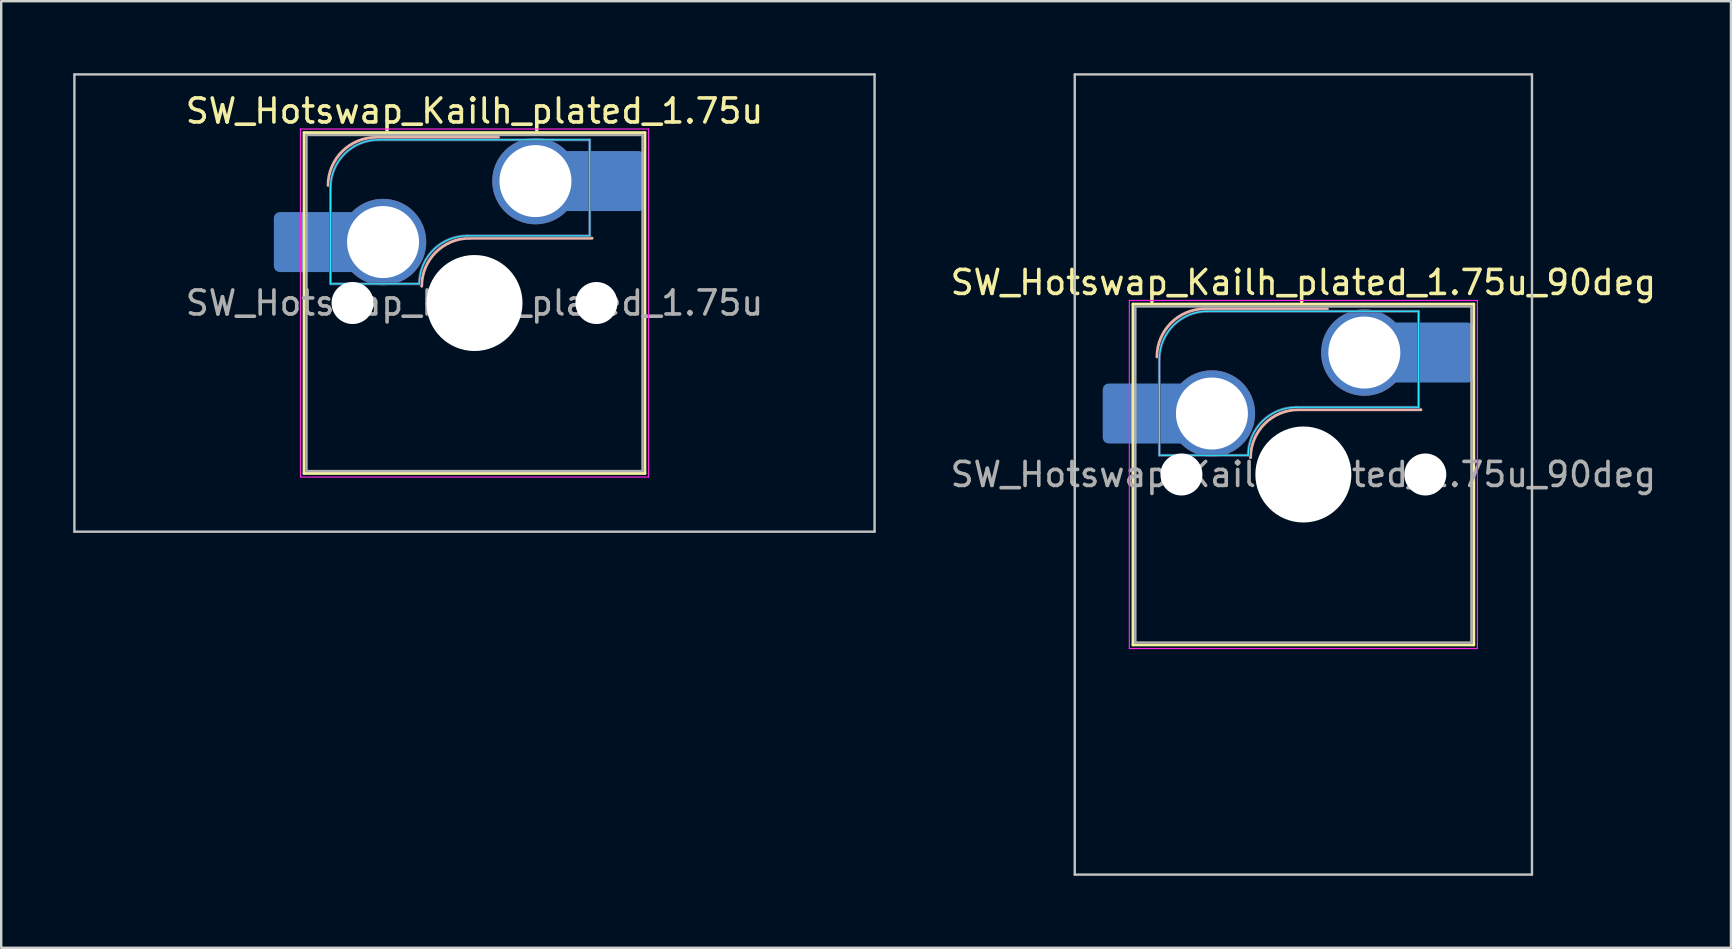
<source format=kicad_pcb>
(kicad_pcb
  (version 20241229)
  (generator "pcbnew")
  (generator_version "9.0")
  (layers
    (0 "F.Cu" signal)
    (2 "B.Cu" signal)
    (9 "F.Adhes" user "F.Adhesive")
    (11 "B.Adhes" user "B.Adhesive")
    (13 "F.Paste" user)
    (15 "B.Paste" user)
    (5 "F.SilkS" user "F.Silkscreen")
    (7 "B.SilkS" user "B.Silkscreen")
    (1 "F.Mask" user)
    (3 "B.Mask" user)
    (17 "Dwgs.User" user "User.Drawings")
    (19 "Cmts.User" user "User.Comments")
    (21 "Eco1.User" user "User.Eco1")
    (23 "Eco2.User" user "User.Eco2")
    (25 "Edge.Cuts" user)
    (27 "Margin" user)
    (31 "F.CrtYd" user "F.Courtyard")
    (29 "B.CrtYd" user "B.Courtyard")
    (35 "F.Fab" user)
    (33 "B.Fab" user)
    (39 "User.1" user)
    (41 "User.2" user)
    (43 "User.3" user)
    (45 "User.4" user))
  (footprint "SW_Hotswap_Kailh_plated_1.75u_90deg"
    (layer "F.Cu")
    (at 51.253 16.719)
    (property "Reference" "SW_Hotswap_Kailh_plated_1.75u_90deg" (at 0 -8 0) (layer "F.SilkS") (effects (font (size 1 1) (thickness 0.15))))
    (attr smd)
    (fp_line (start -7.1 -7.1) (end -7.1 7.1) (stroke (width 0.12) (type solid)) (layer "F.SilkS"))
    (fp_line (start -7.1 7.1) (end 7.1 7.1) (stroke (width 0.12) (type solid)) (layer "F.SilkS"))
    (fp_line (start 7.1 -7.1) (end -7.1 -7.1) (stroke (width 0.12) (type solid)) (layer "F.SilkS"))
    (fp_line (start 7.1 7.1) (end 7.1 -7.1) (stroke (width 0.12) (type solid)) (layer "F.SilkS"))
    (fp_line (start -4.1 -6.9) (end 1 -6.9) (stroke (width 0.12) (type solid)) (layer "B.SilkS"))
    (fp_line (start -0.2 -2.7) (end 4.9 -2.7) (stroke (width 0.12) (type solid)) (layer "B.SilkS"))
    (fp_arc (start -6.1 -4.9) (mid -5.514214 -6.314214) (end -4.1 -6.9) (stroke (width 0.12) (type solid)) (layer "B.SilkS"))
    (fp_arc (start -2.2 -0.7) (mid -1.614214 -2.114214) (end -0.2 -2.7) (stroke (width 0.12) (type solid)) (layer "B.SilkS"))
    (fp_line (start -9.525 -16.669) (end 9.525 -16.669) (stroke (width 0.1) (type solid)) (layer "Dwgs.User"))
    (fp_line (start -9.525 16.669) (end -9.525 -16.669) (stroke (width 0.1) (type solid)) (layer "Dwgs.User"))
    (fp_line (start 9.525 -16.669) (end 9.525 16.669) (stroke (width 0.1) (type solid)) (layer "Dwgs.User"))
    (fp_line (start 9.525 16.669) (end -9.525 16.669) (stroke (width 0.1) (type solid)) (layer "Dwgs.User"))
    (fp_line (start -7.8 -6) (end -7 -6) (stroke (width 0.1) (type solid)) (layer "Eco1.User"))
    (fp_line (start -7.8 -2.9) (end -7.8 -6) (stroke (width 0.1) (type solid)) (layer "Eco1.User"))
    (fp_line (start -7.8 2.9) (end -7 2.9) (stroke (width 0.1) (type solid)) (layer "Eco1.User"))
    (fp_line (start -7.8 6) (end -7.8 2.9) (stroke (width 0.1) (type solid)) (layer "Eco1.User"))
    (fp_line (start -7 -7) (end 7 -7) (stroke (width 0.1) (type solid)) (layer "Eco1.User"))
    (fp_line (start -7 -6) (end -7 -7) (stroke (width 0.1) (type solid)) (layer "Eco1.User"))
    (fp_line (start -7 -2.9) (end -7.8 -2.9) (stroke (width 0.1) (type solid)) (layer "Eco1.User"))
    (fp_line (start -7 2.9) (end -7 -2.9) (stroke (width 0.1) (type solid)) (layer "Eco1.User"))
    (fp_line (start -7 6) (end -7.8 6) (stroke (width 0.1) (type solid)) (layer "Eco1.User"))
    (fp_line (start -7 7) (end -7 6) (stroke (width 0.1) (type solid)) (layer "Eco1.User"))
    (fp_line (start 7 -7) (end 7 -6) (stroke (width 0.1) (type solid)) (layer "Eco1.User"))
    (fp_line (start 7 -6) (end 7.8 -6) (stroke (width 0.1) (type solid)) (layer "Eco1.User"))
    (fp_line (start 7 -2.9) (end 7 2.9) (stroke (width 0.1) (type solid)) (layer "Eco1.User"))
    (fp_line (start 7 2.9) (end 7.8 2.9) (stroke (width 0.1) (type solid)) (layer "Eco1.User"))
    (fp_line (start 7 6) (end 7 7) (stroke (width 0.1) (type solid)) (layer "Eco1.User"))
    (fp_line (start 7 7) (end -7 7) (stroke (width 0.1) (type solid)) (layer "Eco1.User"))
    (fp_line (start 7.8 -6) (end 7.8 -2.9) (stroke (width 0.1) (type solid)) (layer "Eco1.User"))
    (fp_line (start 7.8 -2.9) (end 7 -2.9) (stroke (width 0.1) (type solid)) (layer "Eco1.User"))
    (fp_line (start 7.8 2.9) (end 7.8 6) (stroke (width 0.1) (type solid)) (layer "Eco1.User"))
    (fp_line (start 7.8 6) (end 7 6) (stroke (width 0.1) (type solid)) (layer "Eco1.User"))
    (fp_line (start -6 -0.8) (end -6 -4.8) (stroke (width 0.05) (type solid)) (layer "B.CrtYd"))
    (fp_line (start -6 -0.8) (end -2.3 -0.8) (stroke (width 0.05) (type solid)) (layer "B.CrtYd"))
    (fp_line (start -4 -6.8) (end 4.8 -6.8) (stroke (width 0.05) (type solid)) (layer "B.CrtYd"))
    (fp_line (start -0.3 -2.8) (end 4.8 -2.8) (stroke (width 0.05) (type solid)) (layer "B.CrtYd"))
    (fp_line (start 4.8 -6.8) (end 4.8 -2.8) (stroke (width 0.05) (type solid)) (layer "B.CrtYd"))
    (fp_arc (start -6 -4.8) (mid -5.414214 -6.214214) (end -4 -6.8) (stroke (width 0.05) (type solid)) (layer "B.CrtYd"))
    (fp_arc (start -2.3 -0.8) (mid -1.714214 -2.214214) (end -0.3 -2.8) (stroke (width 0.05) (type solid)) (layer "B.CrtYd"))
    (fp_line (start -7.25 -7.25) (end -7.25 7.25) (stroke (width 0.05) (type solid)) (layer "F.CrtYd"))
    (fp_line (start -7.25 7.25) (end 7.25 7.25) (stroke (width 0.05) (type solid)) (layer "F.CrtYd"))
    (fp_line (start 7.25 -7.25) (end -7.25 -7.25) (stroke (width 0.05) (type solid)) (layer "F.CrtYd"))
    (fp_line (start 7.25 7.25) (end 7.25 -7.25) (stroke (width 0.05) (type solid)) (layer "F.CrtYd"))
    (fp_line (start -6 -0.8) (end -6 -4.8) (stroke (width 0.12) (type solid)) (layer "B.Fab"))
    (fp_line (start -6 -0.8) (end -2.3 -0.8) (stroke (width 0.12) (type solid)) (layer "B.Fab"))
    (fp_line (start -4 -6.8) (end 4.8 -6.8) (stroke (width 0.12) (type solid)) (layer "B.Fab"))
    (fp_line (start -0.3 -2.8) (end 4.8 -2.8) (stroke (width 0.12) (type solid)) (layer "B.Fab"))
    (fp_line (start 4.8 -6.8) (end 4.8 -2.8) (stroke (width 0.12) (type solid)) (layer "B.Fab"))
    (fp_arc (start -6 -4.8) (mid -5.414214 -6.214214) (end -4 -6.8) (stroke (width 0.12) (type solid)) (layer "B.Fab"))
    (fp_arc (start -2.3 -0.8) (mid -1.714214 -2.214214) (end -0.3 -2.8) (stroke (width 0.12) (type solid)) (layer "B.Fab"))
    (fp_line (start -7 -7) (end -7 7) (stroke (width 0.1) (type solid)) (layer "F.Fab"))
    (fp_line (start -7 7) (end 7 7) (stroke (width 0.1) (type solid)) (layer "F.Fab"))
    (fp_line (start 7 -7) (end -7 -7) (stroke (width 0.1) (type solid)) (layer "F.Fab"))
    (fp_line (start 7 7) (end 7 -7) (stroke (width 0.1) (type solid)) (layer "F.Fab"))
    (fp_text user "${REFERENCE}" (at 0 0 0) (layer "F.Fab") (effects (font (size 1 1) (thickness 0.15))))
    (pad "" smd roundrect (at -7.085 -2.54) (size 2.55 2.5) (layers "B.Mask" "B.Paste") (roundrect_rratio 0.1))
    (pad "" np_thru_hole circle (at -5.08 0) (size 1.75 1.75) (drill 1.75) (layers "*.Cu" "*.Mask"))
    (pad "" np_thru_hole circle (at 0 0) (size 4 4) (drill 4) (layers "*.Cu" "*.Mask"))
    (pad "" np_thru_hole circle (at 5.08 0) (size 1.75 1.75) (drill 1.75) (layers "*.Cu" "*.Mask"))
    (pad "" smd roundrect (at 5.842 -5.08) (size 2.55 2.5) (layers "B.Mask" "B.Paste") (roundrect_rratio 0.1))
    (pad "1" smd roundrect (at -6.585 -2.54) (size 3.55 2.5) (layers "B.Cu") (roundrect_rratio 0.1))
    (pad "1" thru_hole circle (at -3.81 -2.54) (size 3.6 3.6) (drill 3) (layers "*.Cu" "B.Mask"))
    (pad "2" thru_hole circle (at 2.54 -5.08) (size 3.6 3.6) (drill 3) (layers "*.Cu" "B.Mask"))
    (pad "2" smd roundrect (at 5.32 -5.08) (size 3.55 2.5) (layers "B.Cu") (roundrect_rratio 0.1)))
  (footprint "SW_Hotswap_Kailh_plated_1.75u"
    (layer "F.Cu")
    (at 16.719 9.575)
    (property "Reference" "SW_Hotswap_Kailh_plated_1.75u" (at 0 -8 0) (layer "F.SilkS") (effects (font (size 1 1) (thickness 0.15))))
    (attr smd)
    (fp_line (start -7.1 -7.1) (end -7.1 7.1) (stroke (width 0.12) (type solid)) (layer "F.SilkS"))
    (fp_line (start -7.1 7.1) (end 7.1 7.1) (stroke (width 0.12) (type solid)) (layer "F.SilkS"))
    (fp_line (start 7.1 -7.1) (end -7.1 -7.1) (stroke (width 0.12) (type solid)) (layer "F.SilkS"))
    (fp_line (start 7.1 7.1) (end 7.1 -7.1) (stroke (width 0.12) (type solid)) (layer "F.SilkS"))
    (fp_line (start -4.1 -6.9) (end 1 -6.9) (stroke (width 0.12) (type solid)) (layer "B.SilkS"))
    (fp_line (start -0.2 -2.7) (end 4.9 -2.7) (stroke (width 0.12) (type solid)) (layer "B.SilkS"))
    (fp_arc (start -6.1 -4.9) (mid -5.514214 -6.314214) (end -4.1 -6.9) (stroke (width 0.12) (type solid)) (layer "B.SilkS"))
    (fp_arc (start -2.2 -0.7) (mid -1.614214 -2.114214) (end -0.2 -2.7) (stroke (width 0.12) (type solid)) (layer "B.SilkS"))
    (fp_line (start -16.669 -9.525) (end -16.669 9.525) (stroke (width 0.1) (type solid)) (layer "Dwgs.User"))
    (fp_line (start -16.669 9.525) (end 16.669 9.525) (stroke (width 0.1) (type solid)) (layer "Dwgs.User"))
    (fp_line (start 16.669 -9.525) (end -16.669 -9.525) (stroke (width 0.1) (type solid)) (layer "Dwgs.User"))
    (fp_line (start 16.669 9.525) (end 16.669 -9.525) (stroke (width 0.1) (type solid)) (layer "Dwgs.User"))
    (fp_line (start -7.8 -6) (end -7 -6) (stroke (width 0.1) (type solid)) (layer "Eco1.User"))
    (fp_line (start -7.8 -2.9) (end -7.8 -6) (stroke (width 0.1) (type solid)) (layer "Eco1.User"))
    (fp_line (start -7.8 2.9) (end -7 2.9) (stroke (width 0.1) (type solid)) (layer "Eco1.User"))
    (fp_line (start -7.8 6) (end -7.8 2.9) (stroke (width 0.1) (type solid)) (layer "Eco1.User"))
    (fp_line (start -7 -7) (end 7 -7) (stroke (width 0.1) (type solid)) (layer "Eco1.User"))
    (fp_line (start -7 -6) (end -7 -7) (stroke (width 0.1) (type solid)) (layer "Eco1.User"))
    (fp_line (start -7 -2.9) (end -7.8 -2.9) (stroke (width 0.1) (type solid)) (layer "Eco1.User"))
    (fp_line (start -7 2.9) (end -7 -2.9) (stroke (width 0.1) (type solid)) (layer "Eco1.User"))
    (fp_line (start -7 6) (end -7.8 6) (stroke (width 0.1) (type solid)) (layer "Eco1.User"))
    (fp_line (start -7 7) (end -7 6) (stroke (width 0.1) (type solid)) (layer "Eco1.User"))
    (fp_line (start 7 -7) (end 7 -6) (stroke (width 0.1) (type solid)) (layer "Eco1.User"))
    (fp_line (start 7 -6) (end 7.8 -6) (stroke (width 0.1) (type solid)) (layer "Eco1.User"))
    (fp_line (start 7 -2.9) (end 7 2.9) (stroke (width 0.1) (type solid)) (layer "Eco1.User"))
    (fp_line (start 7 2.9) (end 7.8 2.9) (stroke (width 0.1) (type solid)) (layer "Eco1.User"))
    (fp_line (start 7 6) (end 7 7) (stroke (width 0.1) (type solid)) (layer "Eco1.User"))
    (fp_line (start 7 7) (end -7 7) (stroke (width 0.1) (type solid)) (layer "Eco1.User"))
    (fp_line (start 7.8 -6) (end 7.8 -2.9) (stroke (width 0.1) (type solid)) (layer "Eco1.User"))
    (fp_line (start 7.8 -2.9) (end 7 -2.9) (stroke (width 0.1) (type solid)) (layer "Eco1.User"))
    (fp_line (start 7.8 2.9) (end 7.8 6) (stroke (width 0.1) (type solid)) (layer "Eco1.User"))
    (fp_line (start 7.8 6) (end 7 6) (stroke (width 0.1) (type solid)) (layer "Eco1.User"))
    (fp_line (start -6 -0.8) (end -6 -4.8) (stroke (width 0.05) (type solid)) (layer "B.CrtYd"))
    (fp_line (start -6 -0.8) (end -2.3 -0.8) (stroke (width 0.05) (type solid)) (layer "B.CrtYd"))
    (fp_line (start -4 -6.8) (end 4.8 -6.8) (stroke (width 0.05) (type solid)) (layer "B.CrtYd"))
    (fp_line (start -0.3 -2.8) (end 4.8 -2.8) (stroke (width 0.05) (type solid)) (layer "B.CrtYd"))
    (fp_line (start 4.8 -6.8) (end 4.8 -2.8) (stroke (width 0.05) (type solid)) (layer "B.CrtYd"))
    (fp_arc (start -6 -4.8) (mid -5.414214 -6.214214) (end -4 -6.8) (stroke (width 0.05) (type solid)) (layer "B.CrtYd"))
    (fp_arc (start -2.3 -0.8) (mid -1.714214 -2.214214) (end -0.3 -2.8) (stroke (width 0.05) (type solid)) (layer "B.CrtYd"))
    (fp_line (start -7.25 -7.25) (end -7.25 7.25) (stroke (width 0.05) (type solid)) (layer "F.CrtYd"))
    (fp_line (start -7.25 7.25) (end 7.25 7.25) (stroke (width 0.05) (type solid)) (layer "F.CrtYd"))
    (fp_line (start 7.25 -7.25) (end -7.25 -7.25) (stroke (width 0.05) (type solid)) (layer "F.CrtYd"))
    (fp_line (start 7.25 7.25) (end 7.25 -7.25) (stroke (width 0.05) (type solid)) (layer "F.CrtYd"))
    (fp_line (start -6 -0.8) (end -6 -4.8) (stroke (width 0.12) (type solid)) (layer "B.Fab"))
    (fp_line (start -6 -0.8) (end -2.3 -0.8) (stroke (width 0.12) (type solid)) (layer "B.Fab"))
    (fp_line (start -4 -6.8) (end 4.8 -6.8) (stroke (width 0.12) (type solid)) (layer "B.Fab"))
    (fp_line (start -0.3 -2.8) (end 4.8 -2.8) (stroke (width 0.12) (type solid)) (layer "B.Fab"))
    (fp_line (start 4.8 -6.8) (end 4.8 -2.8) (stroke (width 0.12) (type solid)) (layer "B.Fab"))
    (fp_arc (start -6 -4.8) (mid -5.414214 -6.214214) (end -4 -6.8) (stroke (width 0.12) (type solid)) (layer "B.Fab"))
    (fp_arc (start -2.3 -0.8) (mid -1.714214 -2.214214) (end -0.3 -2.8) (stroke (width 0.12) (type solid)) (layer "B.Fab"))
    (fp_line (start -7 -7) (end -7 7) (stroke (width 0.1) (type solid)) (layer "F.Fab"))
    (fp_line (start -7 7) (end 7 7) (stroke (width 0.1) (type solid)) (layer "F.Fab"))
    (fp_line (start 7 -7) (end -7 -7) (stroke (width 0.1) (type solid)) (layer "F.Fab"))
    (fp_line (start 7 7) (end 7 -7) (stroke (width 0.1) (type solid)) (layer "F.Fab"))
    (fp_text user "${REFERENCE}" (at 0 0 0) (layer "F.Fab") (effects (font (size 1 1) (thickness 0.15))))
    (pad "" smd roundrect (at -7.085 -2.54) (size 2.55 2.5) (layers "B.Mask" "B.Paste") (roundrect_rratio 0.1))
    (pad "" np_thru_hole circle (at -5.08 0) (size 1.75 1.75) (drill 1.75) (layers "*.Cu" "*.Mask"))
    (pad "" np_thru_hole circle (at 0 0) (size 4 4) (drill 4) (layers "*.Cu" "*.Mask"))
    (pad "" np_thru_hole circle (at 5.08 0) (size 1.75 1.75) (drill 1.75) (layers "*.Cu" "*.Mask"))
    (pad "" smd roundrect (at 5.842 -5.08) (size 2.55 2.5) (layers "B.Mask" "B.Paste") (roundrect_rratio 0.1))
    (pad "1" smd roundrect (at -6.585 -2.54) (size 3.55 2.5) (layers "B.Cu") (roundrect_rratio 0.1))
    (pad "1" thru_hole circle (at -3.81 -2.54) (size 3.6 3.6) (drill 3) (layers "*.Cu" "B.Mask"))
    (pad "2" thru_hole circle (at 2.54 -5.08) (size 3.6 3.6) (drill 3) (layers "*.Cu" "B.Mask"))
    (pad "2" smd roundrect (at 5.32 -5.08) (size 3.55 2.5) (layers "B.Cu") (roundrect_rratio 0.1)))
  (gr_rect
    (start -3 -3)
    (end 69.068 36.438)
    (stroke (width 0.1) (type default))
    (fill no)
    (layer "Edge.Cuts")))
</source>
